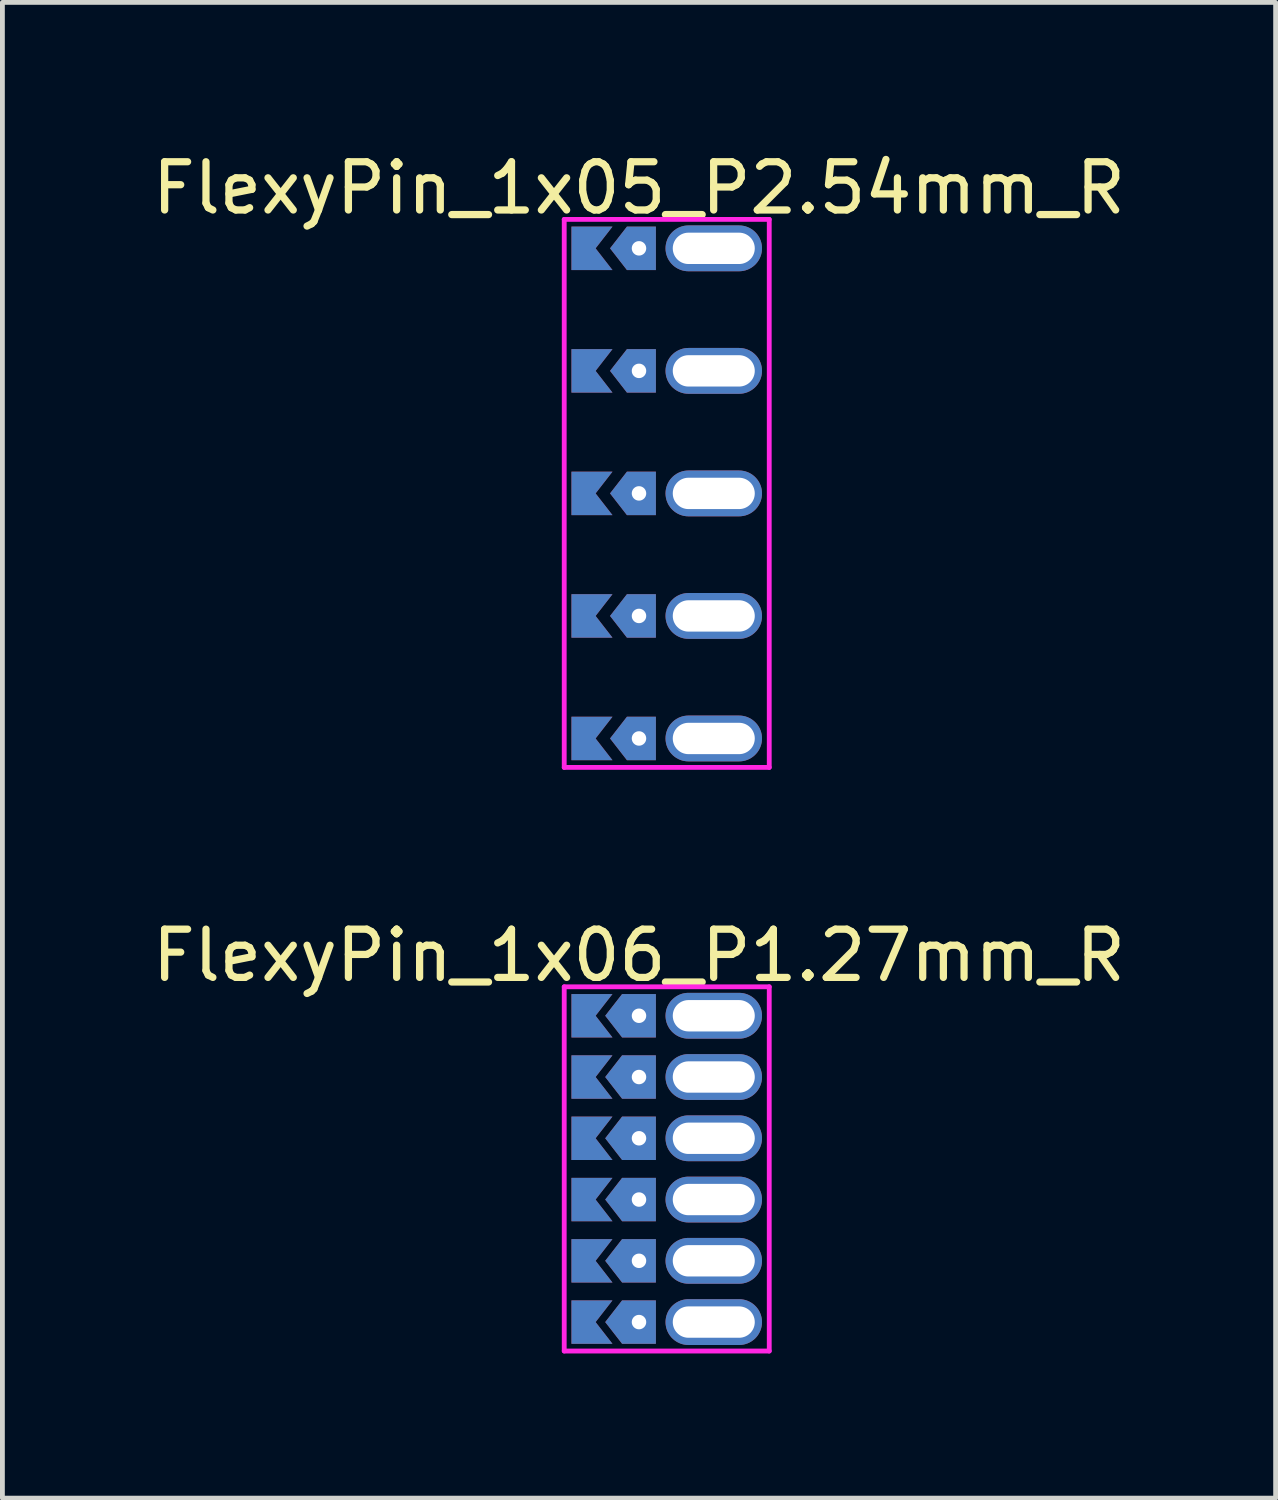
<source format=kicad_pcb>
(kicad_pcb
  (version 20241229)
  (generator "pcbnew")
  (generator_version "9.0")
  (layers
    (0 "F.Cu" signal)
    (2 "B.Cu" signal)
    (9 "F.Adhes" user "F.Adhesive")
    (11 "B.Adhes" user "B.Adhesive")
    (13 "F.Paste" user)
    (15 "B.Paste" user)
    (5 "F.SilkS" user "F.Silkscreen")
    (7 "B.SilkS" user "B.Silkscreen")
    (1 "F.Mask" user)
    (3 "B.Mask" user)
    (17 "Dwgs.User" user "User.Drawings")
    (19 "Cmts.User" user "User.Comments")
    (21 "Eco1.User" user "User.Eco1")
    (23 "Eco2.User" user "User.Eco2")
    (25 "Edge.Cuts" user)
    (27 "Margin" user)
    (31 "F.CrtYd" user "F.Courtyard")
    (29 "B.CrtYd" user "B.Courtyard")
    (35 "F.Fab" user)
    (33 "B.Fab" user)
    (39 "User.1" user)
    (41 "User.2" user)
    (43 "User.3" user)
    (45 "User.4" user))
  (footprint "FlexyPin_1x06_P1.27mm_R"
    (layer "F.Cu")
    (at 10.196 18.006)
    (property "Reference" "FlexyPin_1x06_P1.27mm_R" (at 0 -1.25 0) (layer "F.SilkS") (effects (font (size 1 1) (thickness 0.15))))
    (attr through_hole)
    (fp_line (start -1.55 -0.6) (end 2.7 -0.6) (stroke (width 0.1) (type solid)) (layer "F.CrtYd"))
    (fp_line (start -1.55 6.95) (end -1.55 -0.6) (stroke (width 0.1) (type solid)) (layer "F.CrtYd"))
    (fp_line (start 2.7 -0.6) (end 2.7 6.95) (stroke (width 0.1) (type solid)) (layer "F.CrtYd"))
    (fp_line (start 2.7 6.95) (end -1.55 6.95) (stroke (width 0.1) (type solid)) (layer "F.CrtYd"))
    (pad "" thru_hole custom (at 0 0) (size 0.3 0.3) (drill 0.6) (layers "*.Cu" "*.Mask") (options (anchor rect)) (primitives (gr_poly (pts (xy 0.35 0.45) (xy 0.35 -0.45) (xy -0.35 -0.45) (xy -0.7 0) (xy -0.35 0.45)) (width 0) (fill yes))))
    (pad "" thru_hole custom (at 0 1.27) (size 0.3 0.3) (drill 0.6) (layers "*.Cu" "*.Mask") (options (anchor rect)) (primitives (gr_poly (pts (xy 0.35 0.45) (xy 0.35 -0.45) (xy -0.35 -0.45) (xy -0.7 0) (xy -0.35 0.45)) (width 0) (fill yes))))
    (pad "" thru_hole custom (at 0 2.54) (size 0.3 0.3) (drill 0.6) (layers "*.Cu" "*.Mask") (options (anchor rect)) (primitives (gr_poly (pts (xy 0.35 0.45) (xy 0.35 -0.45) (xy -0.35 -0.45) (xy -0.7 0) (xy -0.35 0.45)) (width 0) (fill yes))))
    (pad "" thru_hole custom (at 0 3.81) (size 0.3 0.3) (drill 0.6) (layers "*.Cu" "*.Mask") (options (anchor rect)) (primitives (gr_poly (pts (xy 0.35 0.45) (xy 0.35 -0.45) (xy -0.35 -0.45) (xy -0.7 0) (xy -0.35 0.45)) (width 0) (fill yes))))
    (pad "" thru_hole custom (at 0 5.08) (size 0.3 0.3) (drill 0.6) (layers "*.Cu" "*.Mask") (options (anchor rect)) (primitives (gr_poly (pts (xy 0.35 0.45) (xy 0.35 -0.45) (xy -0.35 -0.45) (xy -0.7 0) (xy -0.35 0.45)) (width 0) (fill yes))))
    (pad "" thru_hole custom (at 0 6.35) (size 0.3 0.3) (drill 0.6) (layers "*.Cu" "*.Mask") (options (anchor rect)) (primitives (gr_poly (pts (xy 0.35 0.45) (xy 0.35 -0.45) (xy -0.35 -0.45) (xy -0.7 0) (xy -0.35 0.45)) (width 0) (fill yes))))
    (pad "" thru_hole oval (at 1.55 0) (size 2 0.95) (drill oval 1.7 0.65) (layers "*.Cu" "*.Mask"))
    (pad "" thru_hole oval (at 1.55 1.27) (size 2 0.95) (drill oval 1.7 0.65) (layers "*.Cu" "*.Mask"))
    (pad "" thru_hole oval (at 1.55 2.54) (size 2 0.95) (drill oval 1.7 0.65) (layers "*.Cu" "*.Mask"))
    (pad "" thru_hole oval (at 1.55 3.81) (size 2 0.95) (drill oval 1.7 0.65) (layers "*.Cu" "*.Mask"))
    (pad "" thru_hole oval (at 1.55 5.08) (size 2 0.95) (drill oval 1.7 0.65) (layers "*.Cu" "*.Mask"))
    (pad "" thru_hole oval (at 1.55 6.35) (size 2 0.95) (drill oval 1.7 0.65) (layers "*.Cu" "*.Mask"))
    (pad "1" smd custom (at -0.9 0) (size 0.01 0.01) (layers "F.Cu" "F.Mask") (options (anchor rect)) (primitives (gr_poly (pts (xy 0 0) (xy 0.35 0.45) (xy -0.5 0.45) (xy -0.5 -0.45) (xy 0.35 -0.45)) (width 0) (fill yes))))
    (pad "1" smd custom (at -0.9 1.27) (size 0.01 0.01) (layers "F.Cu" "F.Mask") (options (anchor rect)) (primitives (gr_poly (pts (xy 0 0) (xy 0.35 0.45) (xy -0.5 0.45) (xy -0.5 -0.45) (xy 0.35 -0.45)) (width 0) (fill yes))))
    (pad "1" smd custom (at -0.9 2.54) (size 0.01 0.01) (layers "F.Cu" "F.Mask") (options (anchor rect)) (primitives (gr_poly (pts (xy 0 0) (xy 0.35 0.45) (xy -0.5 0.45) (xy -0.5 -0.45) (xy 0.35 -0.45)) (width 0) (fill yes))))
    (pad "1" smd custom (at -0.9 3.81) (size 0.01 0.01) (layers "F.Cu" "F.Mask") (options (anchor rect)) (primitives (gr_poly (pts (xy 0 0) (xy 0.35 0.45) (xy -0.5 0.45) (xy -0.5 -0.45) (xy 0.35 -0.45)) (width 0) (fill yes))))
    (pad "1" smd custom (at -0.9 5.08) (size 0.01 0.01) (layers "F.Cu" "F.Mask") (options (anchor rect)) (primitives (gr_poly (pts (xy 0 0) (xy 0.35 0.45) (xy -0.5 0.45) (xy -0.5 -0.45) (xy 0.35 -0.45)) (width 0) (fill yes))))
    (pad "1" smd custom (at -0.9 6.35) (size 0.01 0.01) (layers "F.Cu" "F.Mask") (options (anchor rect)) (primitives (gr_poly (pts (xy 0 0) (xy 0.35 0.45) (xy -0.5 0.45) (xy -0.5 -0.45) (xy 0.35 -0.45)) (width 0) (fill yes))))
    (pad "2" smd custom (at -0.9 0) (size 0.01 0.01) (layers "B.Cu" "B.Mask") (options (anchor rect)) (primitives (gr_poly (pts (xy 0 0) (xy 0.35 0.45) (xy -0.5 0.45) (xy -0.5 -0.45) (xy 0.35 -0.45)) (width 0) (fill yes))))
    (pad "2" smd custom (at -0.9 1.27) (size 0.01 0.01) (layers "B.Cu" "B.Mask") (options (anchor rect)) (primitives (gr_poly (pts (xy 0 0) (xy 0.35 0.45) (xy -0.5 0.45) (xy -0.5 -0.45) (xy 0.35 -0.45)) (width 0) (fill yes))))
    (pad "2" smd custom (at -0.9 2.54) (size 0.01 0.01) (layers "B.Cu" "B.Mask") (options (anchor rect)) (primitives (gr_poly (pts (xy 0 0) (xy 0.35 0.45) (xy -0.5 0.45) (xy -0.5 -0.45) (xy 0.35 -0.45)) (width 0) (fill yes))))
    (pad "2" smd custom (at -0.9 3.81) (size 0.01 0.01) (layers "B.Cu" "B.Mask") (options (anchor rect)) (primitives (gr_poly (pts (xy 0 0) (xy 0.35 0.45) (xy -0.5 0.45) (xy -0.5 -0.45) (xy 0.35 -0.45)) (width 0) (fill yes))))
    (pad "2" smd custom (at -0.9 5.08) (size 0.01 0.01) (layers "B.Cu" "B.Mask") (options (anchor rect)) (primitives (gr_poly (pts (xy 0 0) (xy 0.35 0.45) (xy -0.5 0.45) (xy -0.5 -0.45) (xy 0.35 -0.45)) (width 0) (fill yes))))
    (pad "2" smd custom (at -0.9 6.35) (size 0.01 0.01) (layers "B.Cu" "B.Mask") (options (anchor rect)) (primitives (gr_poly (pts (xy 0 0) (xy 0.35 0.45) (xy -0.5 0.45) (xy -0.5 -0.45) (xy 0.35 -0.45)) (width 0) (fill yes)))))
  (footprint "FlexyPin_1x05_P2.54mm_R"
    (layer "F.Cu")
    (at 10.196 2.098)
    (property "Reference" "FlexyPin_1x05_P2.54mm_R" (at 0 -1.25 0) (layer "F.SilkS") (effects (font (size 1 1) (thickness 0.15))))
    (attr through_hole)
    (fp_line (start -1.55 -0.6) (end 2.7 -0.6) (stroke (width 0.1) (type solid)) (layer "F.CrtYd"))
    (fp_line (start -1.55 10.76) (end -1.55 -0.6) (stroke (width 0.1) (type solid)) (layer "F.CrtYd"))
    (fp_line (start 2.7 -0.6) (end 2.7 10.76) (stroke (width 0.1) (type solid)) (layer "F.CrtYd"))
    (fp_line (start 2.7 10.76) (end -1.55 10.76) (stroke (width 0.1) (type solid)) (layer "F.CrtYd"))
    (pad "" thru_hole custom (at 0 0) (size 0.3 0.3) (drill 0.6) (layers "*.Cu" "*.Mask") (options (anchor rect)) (primitives (gr_poly (pts (xy 0.35 0.45) (xy 0.35 -0.45) (xy -0.25 -0.45) (xy -0.6 0) (xy -0.25 0.45)) (width 0) (fill yes))))
    (pad "" thru_hole custom (at 0 2.54) (size 0.3 0.3) (drill 0.6) (layers "*.Cu" "*.Mask") (options (anchor rect)) (primitives (gr_poly (pts (xy 0.35 0.45) (xy 0.35 -0.45) (xy -0.25 -0.45) (xy -0.6 0) (xy -0.25 0.45)) (width 0) (fill yes))))
    (pad "" thru_hole custom (at 0 5.08) (size 0.3 0.3) (drill 0.6) (layers "*.Cu" "*.Mask") (options (anchor rect)) (primitives (gr_poly (pts (xy 0.35 0.45) (xy 0.35 -0.45) (xy -0.25 -0.45) (xy -0.6 0) (xy -0.25 0.45)) (width 0) (fill yes))))
    (pad "" thru_hole custom (at 0 7.62) (size 0.3 0.3) (drill 0.6) (layers "*.Cu" "*.Mask") (options (anchor rect)) (primitives (gr_poly (pts (xy 0.35 0.45) (xy 0.35 -0.45) (xy -0.25 -0.45) (xy -0.6 0) (xy -0.25 0.45)) (width 0) (fill yes))))
    (pad "" thru_hole custom (at 0 10.16) (size 0.3 0.3) (drill 0.6) (layers "*.Cu" "*.Mask") (options (anchor rect)) (primitives (gr_poly (pts (xy 0.35 0.45) (xy 0.35 -0.45) (xy -0.25 -0.45) (xy -0.6 0) (xy -0.25 0.45)) (width 0) (fill yes))))
    (pad "" thru_hole oval (at 1.55 0) (size 2 0.95) (drill oval 1.7 0.65) (layers "*.Cu" "*.Mask"))
    (pad "" thru_hole oval (at 1.55 2.54) (size 2 0.95) (drill oval 1.7 0.65) (layers "*.Cu" "*.Mask"))
    (pad "" thru_hole oval (at 1.55 5.08) (size 2 0.95) (drill oval 1.7 0.65) (layers "*.Cu" "*.Mask"))
    (pad "" thru_hole oval (at 1.55 7.62) (size 2 0.95) (drill oval 1.7 0.65) (layers "*.Cu" "*.Mask"))
    (pad "" thru_hole oval (at 1.55 10.16) (size 2 0.95) (drill oval 1.7 0.65) (layers "*.Cu" "*.Mask"))
    (pad "1" smd custom (at -0.9 0) (size 0.01 0.01) (layers "F.Cu" "F.Mask") (options (anchor rect)) (primitives (gr_poly (pts (xy 0 0) (xy 0.35 0.45) (xy -0.5 0.45) (xy -0.5 -0.45) (xy 0.35 -0.45)) (width 0) (fill yes))))
    (pad "2" smd custom (at -0.9 2.54) (size 0.01 0.01) (layers "F.Cu" "F.Mask") (options (anchor rect)) (primitives (gr_poly (pts (xy 0 0) (xy 0.35 0.45) (xy -0.5 0.45) (xy -0.5 -0.45) (xy 0.35 -0.45)) (width 0) (fill yes))))
    (pad "3" smd custom (at -0.9 5.08) (size 0.01 0.01) (layers "F.Cu" "F.Mask") (options (anchor rect)) (primitives (gr_poly (pts (xy 0 0) (xy 0.35 0.45) (xy -0.5 0.45) (xy -0.5 -0.45) (xy 0.35 -0.45)) (width 0) (fill yes))))
    (pad "4" smd custom (at -0.9 7.62) (size 0.01 0.01) (layers "F.Cu" "F.Mask") (options (anchor rect)) (primitives (gr_poly (pts (xy 0 0) (xy 0.35 0.45) (xy -0.5 0.45) (xy -0.5 -0.45) (xy 0.35 -0.45)) (width 0) (fill yes))))
    (pad "5" smd custom (at -0.9 10.16) (size 0.01 0.01) (layers "F.Cu" "F.Mask") (options (anchor rect)) (primitives (gr_poly (pts (xy 0 0) (xy 0.35 0.45) (xy -0.5 0.45) (xy -0.5 -0.45) (xy 0.35 -0.45)) (width 0) (fill yes))))
    (pad "6" smd custom (at -0.9 0) (size 0.01 0.01) (layers "B.Cu" "B.Mask") (options (anchor rect)) (primitives (gr_poly (pts (xy 0 0) (xy 0.35 0.45) (xy -0.5 0.45) (xy -0.5 -0.45) (xy 0.35 -0.45)) (width 0) (fill yes))))
    (pad "7" smd custom (at -0.9 2.54) (size 0.01 0.01) (layers "B.Cu" "B.Mask") (options (anchor rect)) (primitives (gr_poly (pts (xy 0 0) (xy 0.35 0.45) (xy -0.5 0.45) (xy -0.5 -0.45) (xy 0.35 -0.45)) (width 0) (fill yes))))
    (pad "8" smd custom (at -0.9 5.08) (size 0.01 0.01) (layers "B.Cu" "B.Mask") (options (anchor rect)) (primitives (gr_poly (pts (xy 0 0) (xy 0.35 0.45) (xy -0.5 0.45) (xy -0.5 -0.45) (xy 0.35 -0.45)) (width 0) (fill yes))))
    (pad "9" smd custom (at -0.9 7.62) (size 0.01 0.01) (layers "B.Cu" "B.Mask") (options (anchor rect)) (primitives (gr_poly (pts (xy 0 0) (xy 0.35 0.45) (xy -0.5 0.45) (xy -0.5 -0.45) (xy 0.35 -0.45)) (width 0) (fill yes))))
    (pad "10" smd custom (at -0.9 10.16) (size 0.01 0.01) (layers "B.Cu" "B.Mask") (options (anchor rect)) (primitives (gr_poly (pts (xy 0 0) (xy 0.35 0.45) (xy -0.5 0.45) (xy -0.5 -0.45) (xy 0.35 -0.45)) (width 0) (fill yes)))))
  (gr_rect
    (start -3 -3)
    (end 23.393 28.006)
    (stroke (width 0.1) (type default))
    (fill no)
    (layer "Edge.Cuts")))
</source>
